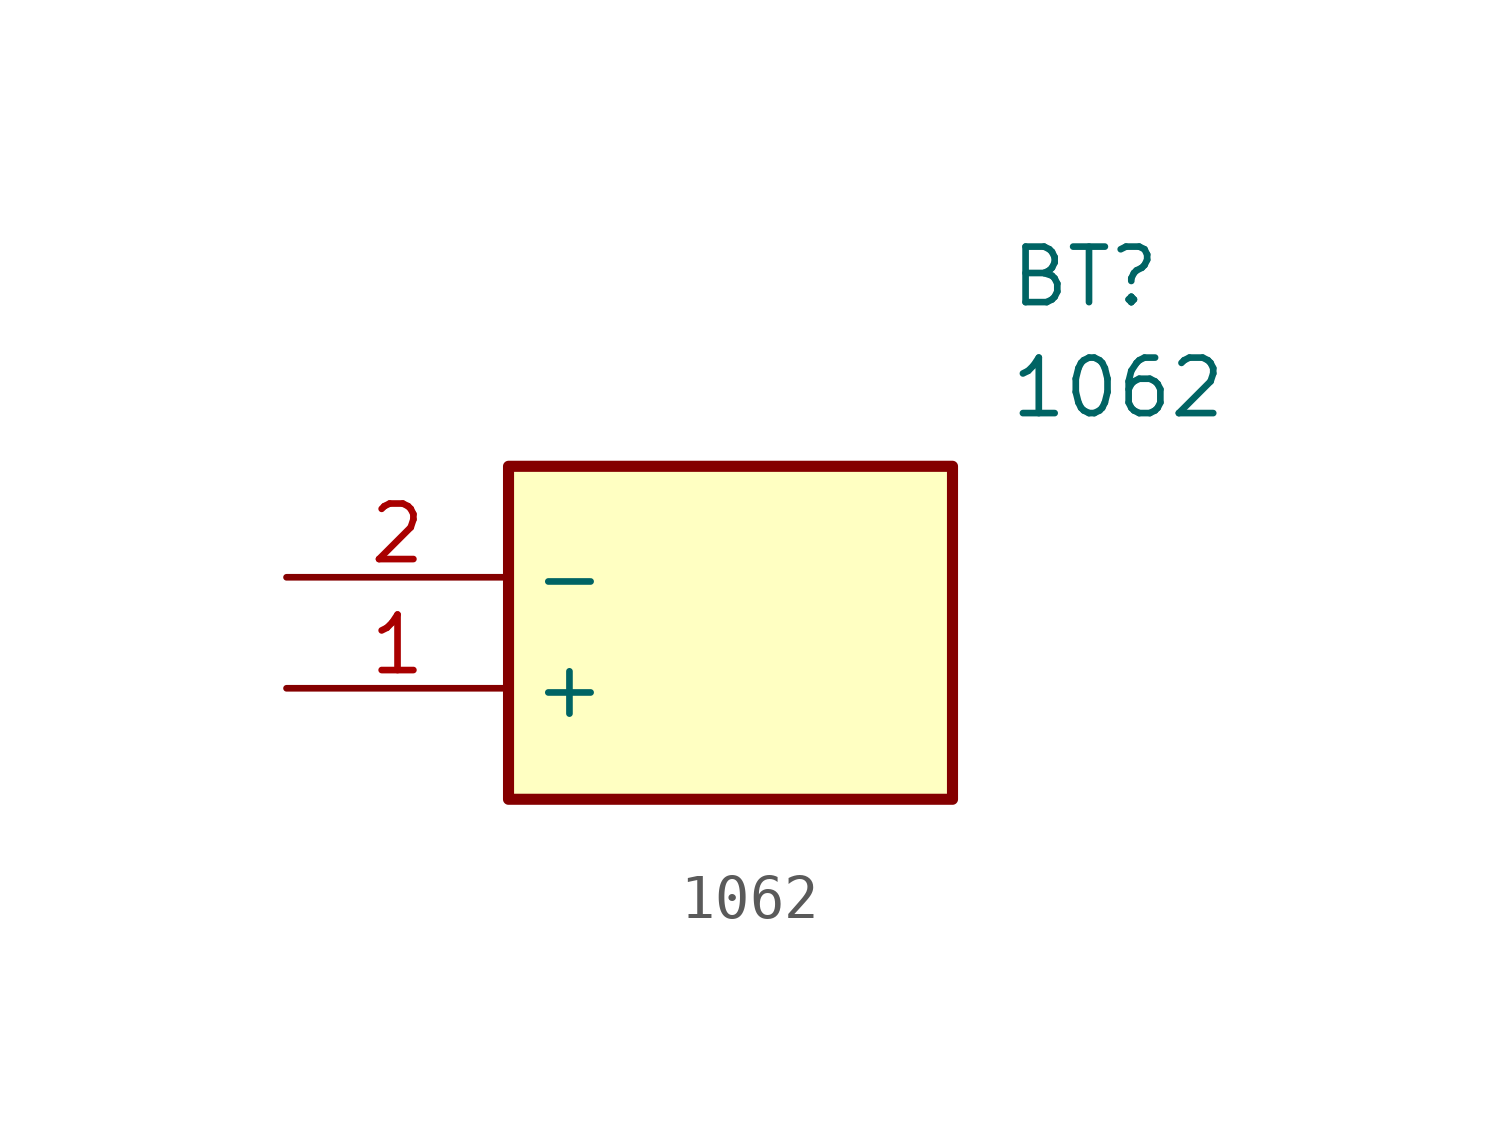
<source format=kicad_sym>
(kicad_symbol_lib
  (version 20211014)
  (generator SamacSys_ECAD_Model)
  (symbol "1062"
    (property "Reference" "BT"
      (at 16.51 7.62 0)
      (effects (font (size 1.27 1.27)) (justify left top)))
    (property "Value" "1062"
      (at 16.51 5.08 0)
      (effects (font (size 1.27 1.27)) (justify left top)))
    (rectangle
      (start 5.08 2.54)
      (end 15.24 -5.08)
      (stroke (width 0.254) (type default))
      (fill (type background)))
    (pin passive line
      (at 0 -2.54 0)
      (length 5.08)
      (name "+" (effects (font (size 1.27 1.27))))
      (number "1" (effects (font (size 1.27 1.27)))))
    (pin passive line
      (at 0 0 0)
      (length 5.08)
      (name "-" (effects (font (size 1.27 1.27))))
      (number "2" (effects (font (size 1.27 1.27)))))))
</source>
